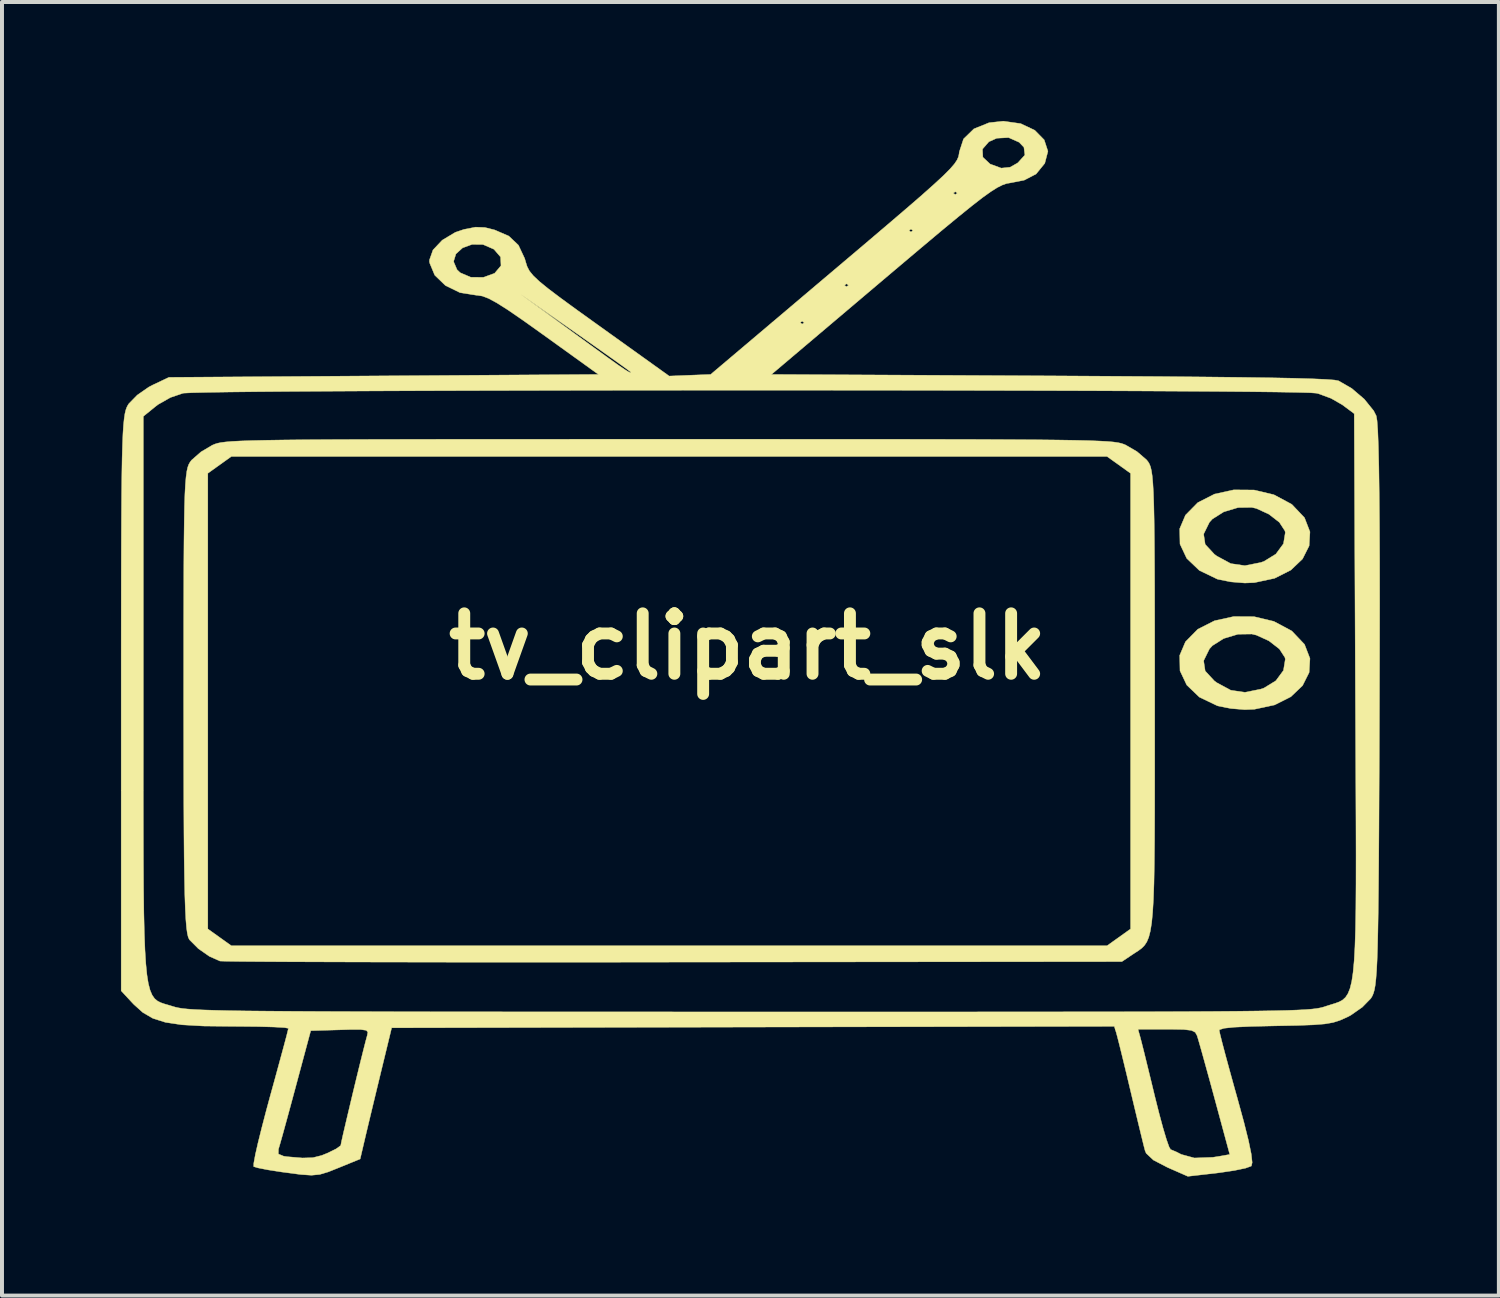
<source format=kicad_pcb>
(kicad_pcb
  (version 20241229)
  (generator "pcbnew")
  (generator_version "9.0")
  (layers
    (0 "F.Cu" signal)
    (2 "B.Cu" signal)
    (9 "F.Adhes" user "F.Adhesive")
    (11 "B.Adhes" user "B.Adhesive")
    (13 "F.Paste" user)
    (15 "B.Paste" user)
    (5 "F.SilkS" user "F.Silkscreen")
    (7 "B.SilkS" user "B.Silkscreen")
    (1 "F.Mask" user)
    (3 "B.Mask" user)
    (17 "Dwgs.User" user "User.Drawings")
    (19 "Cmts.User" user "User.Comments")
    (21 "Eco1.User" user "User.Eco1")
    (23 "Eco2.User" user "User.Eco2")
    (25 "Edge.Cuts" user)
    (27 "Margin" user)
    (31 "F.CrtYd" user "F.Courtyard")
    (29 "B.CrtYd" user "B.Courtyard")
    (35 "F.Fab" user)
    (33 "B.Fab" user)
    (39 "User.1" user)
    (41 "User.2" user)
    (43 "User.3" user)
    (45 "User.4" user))
  (footprint "tv_clipart_slk"
    (layer "F.Cu")
    (at 15.804 13.249)
    (property "Reference" "tv_clipart_slk" (at 0 0 0) (layer "F.SilkS") (effects (font (size 1.524 1.524) (thickness 0.3))))
    (attr through_hole)
    (fp_poly (pts (xy 12.766 -3.944) (xy 13.264 -3.826) (xy 13.707 -3.589) (xy 13.726 -3.574) (xy 14.038 -3.245) (xy 14.175 -2.89) (xy 14.154 -2.536) (xy 13.988 -2.206) (xy 13.693 -1.925) (xy 13.284 -1.718) (xy 12.775 -1.609) (xy 12.532 -1.599) (xy 12.18 -1.628) (xy 11.855 -1.693) (xy 11.836 -1.699) (xy 11.386 -1.916) (xy 11.068 -2.22) (xy 10.898 -2.581) (xy 10.893 -2.833) (xy 11.494 -2.833) (xy 11.533 -2.575) (xy 11.764 -2.325) (xy 11.826 -2.279) (xy 12.178 -2.089) (xy 12.535 -2.037) (xy 12.937 -2.117) (xy 13.018 -2.146) (xy 13.315 -2.329) (xy 13.507 -2.59) (xy 13.553 -2.87) (xy 13.544 -2.914) (xy 13.404 -3.129) (xy 13.14 -3.334) (xy 12.824 -3.479) (xy 12.709 -3.506) (xy 12.36 -3.501) (xy 12.001 -3.393) (xy 11.714 -3.212) (xy 11.64 -3.13) (xy 11.494 -2.833) (xy 10.893 -2.833) (xy 10.89 -2.967) (xy 11.036 -3.311) (xy 11.347 -3.627) (xy 11.767 -3.841) (xy 12.253 -3.948) (xy 12.766 -3.944)) (stroke (width 0.01) (type solid)) (fill yes) (layer "F.SilkS"))
    (fp_poly (pts (xy 12.766 -0.751) (xy 13.264 -0.632) (xy 13.707 -0.396) (xy 13.726 -0.381) (xy 14.038 -0.052) (xy 14.175 0.303) (xy 14.154 0.657) (xy 13.988 0.988) (xy 13.693 1.269) (xy 13.284 1.475) (xy 12.775 1.584) (xy 12.532 1.594) (xy 12.18 1.565) (xy 11.855 1.5) (xy 11.836 1.494) (xy 11.386 1.278) (xy 11.068 0.973) (xy 10.898 0.613) (xy 10.893 0.36) (xy 11.494 0.36) (xy 11.533 0.618) (xy 11.764 0.868) (xy 11.826 0.914) (xy 12.178 1.104) (xy 12.535 1.157) (xy 12.937 1.076) (xy 13.018 1.047) (xy 13.315 0.865) (xy 13.507 0.604) (xy 13.553 0.323) (xy 13.544 0.279) (xy 13.404 0.064) (xy 13.14 -0.141) (xy 12.824 -0.285) (xy 12.709 -0.313) (xy 12.36 -0.308) (xy 12.001 -0.2) (xy 11.714 -0.019) (xy 11.64 0.063) (xy 11.494 0.36) (xy 10.893 0.36) (xy 10.89 0.226) (xy 11.036 -0.118) (xy 11.347 -0.434) (xy 11.767 -0.647) (xy 12.253 -0.754) (xy 12.766 -0.751)) (stroke (width 0.01) (type solid)) (fill yes) (layer "F.SilkS"))
    (fp_poly (pts (xy -0.234 -5.225) (xy 1.321 -5.224) (xy 2.696 -5.224) (xy 3.902 -5.223) (xy 4.951 -5.221) (xy 5.855 -5.219) (xy 6.624 -5.215) (xy 7.271 -5.211) (xy 7.807 -5.205) (xy 8.244 -5.198) (xy 8.592 -5.19) (xy 8.864 -5.179) (xy 9.071 -5.168) (xy 9.225 -5.154) (xy 9.337 -5.138) (xy 9.418 -5.12) (xy 9.48 -5.099) (xy 9.526 -5.08) (xy 9.813 -4.913) (xy 10.052 -4.708) (xy 10.059 -4.7) (xy 10.096 -4.653) (xy 10.127 -4.6) (xy 10.155 -4.529) (xy 10.178 -4.431) (xy 10.198 -4.296) (xy 10.214 -4.114) (xy 10.228 -3.877) (xy 10.238 -3.574) (xy 10.246 -3.195) (xy 10.252 -2.73) (xy 10.256 -2.17) (xy 10.259 -1.506) (xy 10.26 -0.727) (xy 10.261 0.177) (xy 10.261 1.214) (xy 10.261 1.364) (xy 10.261 2.439) (xy 10.261 3.378) (xy 10.26 4.191) (xy 10.257 4.888) (xy 10.251 5.479) (xy 10.242 5.973) (xy 10.228 6.38) (xy 10.208 6.71) (xy 10.183 6.972) (xy 10.15 7.176) (xy 10.11 7.332) (xy 10.061 7.45) (xy 10.002 7.538) (xy 9.933 7.608) (xy 9.853 7.668) (xy 9.76 7.728) (xy 9.704 7.765) (xy 9.432 7.947) (xy -1.862 7.959) (xy -3.362 7.961) (xy -4.807 7.961) (xy -6.182 7.961) (xy -7.476 7.961) (xy -8.675 7.959) (xy -9.765 7.957) (xy -10.734 7.954) (xy -11.569 7.951) (xy -12.256 7.947) (xy -12.782 7.943) (xy -13.134 7.938) (xy -13.299 7.933) (xy -13.31 7.932) (xy -13.575 7.814) (xy -13.854 7.619) (xy -14.072 7.4) (xy -14.081 7.388) (xy -14.108 7.332) (xy -14.131 7.236) (xy -14.151 7.09) (xy -14.168 6.887) (xy -14.182 6.616) (xy -14.194 6.268) (xy -14.203 5.836) (xy -14.211 5.309) (xy -14.216 4.679) (xy -14.22 3.936) (xy -14.222 3.073) (xy -14.223 2.079) (xy -14.224 1.364) (xy -14.223 0.308) (xy -14.223 -0.613) (xy -14.221 -1.408) (xy -14.219 -2.088) (xy -14.215 -2.661) (xy -14.209 -3.137) (xy -14.202 -3.527) (xy -14.192 -3.84) (xy -14.179 -4.086) (xy -14.163 -4.274) (xy -14.15 -4.365) (xy -13.614 -4.365) (xy -13.614 7.123) (xy -13.317 7.335) (xy -13.02 7.547) (xy 9.058 7.547) (xy 9.652 7.123) (xy 9.652 -4.365) (xy 9.355 -4.578) (xy 9.058 -4.79) (xy -13.02 -4.79) (xy -13.317 -4.578) (xy -13.614 -4.365) (xy -14.15 -4.365) (xy -14.144 -4.415) (xy -14.121 -4.517) (xy -14.094 -4.591) (xy -14.062 -4.647) (xy -14.027 -4.694) (xy -14.021 -4.7) (xy -13.787 -4.905) (xy -13.5 -5.075) (xy -13.488 -5.08) (xy -13.433 -5.103) (xy -13.368 -5.123) (xy -13.282 -5.141) (xy -13.164 -5.156) (xy -13.002 -5.17) (xy -12.785 -5.181) (xy -12.5 -5.191) (xy -12.138 -5.199) (xy -11.685 -5.206) (xy -11.131 -5.212) (xy -10.463 -5.216) (xy -9.672 -5.219) (xy -8.744 -5.221) (xy -7.668 -5.223) (xy -6.434 -5.224) (xy -5.029 -5.224) (xy -3.441 -5.225) (xy -1.981 -5.225) (xy -0.234 -5.225)) (stroke (width 0.01) (type solid)) (fill yes) (layer "F.SilkS"))
    (fp_poly (pts (xy 6.883 -13.182) (xy 7.236 -13.015) (xy 7.474 -12.773) (xy 7.568 -12.485) (xy 7.489 -12.182) (xy 7.488 -12.18) (xy 7.27 -11.912) (xy 6.969 -11.756) (xy 6.626 -11.689) (xy 6.527 -11.672) (xy 6.42 -11.635) (xy 6.291 -11.57) (xy 6.128 -11.467) (xy 5.917 -11.316) (xy 5.647 -11.106) (xy 5.303 -10.828) (xy 4.872 -10.472) (xy 4.343 -10.028) (xy 3.701 -9.486) (xy 3.424 -9.252) (xy 0.596 -6.858) (xy 7.638 -6.822) (xy 9.11 -6.813) (xy 10.388 -6.805) (xy 11.484 -6.795) (xy 12.407 -6.785) (xy 13.168 -6.774) (xy 13.777 -6.762) (xy 14.243 -6.748) (xy 14.579 -6.733) (xy 14.792 -6.717) (xy 14.895 -6.698) (xy 14.896 -6.697) (xy 15.228 -6.506) (xy 15.545 -6.235) (xy 15.781 -5.943) (xy 15.847 -5.813) (xy 15.867 -5.69) (xy 15.885 -5.436) (xy 15.9 -5.049) (xy 15.912 -4.529) (xy 15.921 -3.872) (xy 15.928 -3.078) (xy 15.932 -2.145) (xy 15.933 -1.071) (xy 15.931 0.144) (xy 15.927 1.503) (xy 15.927 1.536) (xy 15.923 2.707) (xy 15.918 3.742) (xy 15.914 4.649) (xy 15.909 5.438) (xy 15.903 6.117) (xy 15.896 6.695) (xy 15.888 7.18) (xy 15.879 7.583) (xy 15.868 7.91) (xy 15.855 8.173) (xy 15.839 8.378) (xy 15.822 8.535) (xy 15.801 8.653) (xy 15.777 8.74) (xy 15.75 8.807) (xy 15.719 8.86) (xy 15.707 8.878) (xy 15.495 9.095) (xy 15.203 9.299) (xy 15.105 9.35) (xy 14.929 9.428) (xy 14.758 9.482) (xy 14.55 9.518) (xy 14.264 9.541) (xy 13.858 9.556) (xy 13.292 9.567) (xy 12.688 9.581) (xy 12.268 9.6) (xy 12.01 9.627) (xy 11.897 9.663) (xy 11.887 9.68) (xy 11.907 9.775) (xy 11.961 9.99) (xy 12.044 10.304) (xy 12.151 10.697) (xy 12.275 11.146) (xy 12.344 11.391) (xy 12.509 11.995) (xy 12.626 12.464) (xy 12.695 12.801) (xy 12.718 13.012) (xy 12.698 13.101) (xy 12.553 13.154) (xy 12.266 13.214) (xy 11.894 13.269) (xy 11.846 13.275) (xy 11.096 13.361) (xy 10.584 13.136) (xy 10.228 12.951) (xy 10.046 12.78) (xy 10.018 12.715) (xy 9.983 12.582) (xy 9.922 12.332) (xy 9.84 11.994) (xy 9.744 11.594) (xy 9.653 11.212) (xy 9.551 10.783) (xy 9.457 10.395) (xy 9.378 10.074) (xy 9.32 9.846) (xy 9.292 9.742) (xy 9.264 9.652) (xy 9.839 9.652) (xy 9.895 9.852) (xy 9.93 9.986) (xy 9.993 10.236) (xy 10.076 10.575) (xy 10.174 10.976) (xy 10.266 11.357) (xy 10.371 11.774) (xy 10.469 12.138) (xy 10.555 12.426) (xy 10.622 12.616) (xy 10.661 12.684) (xy 10.798 12.741) (xy 10.933 12.809) (xy 11.261 12.898) (xy 11.726 12.881) (xy 11.893 12.855) (xy 12.153 12.809) (xy 11.77 11.394) (xy 11.649 10.949) (xy 11.537 10.544) (xy 11.443 10.205) (xy 11.372 9.956) (xy 11.332 9.822) (xy 11.33 9.815) (xy 11.283 9.73) (xy 11.186 9.681) (xy 10.989 9.658) (xy 10.646 9.652) (xy 10.556 9.652) (xy 9.839 9.652) (xy 9.264 9.652) (xy 9.241 9.579) (xy 0.131 9.597) (xy -8.979 9.616) (xy -9.252 10.741) (xy -9.358 11.179) (xy -9.463 11.615) (xy -9.557 12.007) (xy -9.63 12.313) (xy -9.649 12.394) (xy -9.773 12.923) (xy -10.297 13.137) (xy -10.577 13.249) (xy -10.791 13.313) (xy -11 13.333) (xy -11.269 13.315) (xy -11.661 13.263) (xy -11.76 13.25) (xy -12.099 13.197) (xy -12.353 13.147) (xy -12.458 13.115) (xy -12.456 13.034) (xy -12.419 12.831) (xy -12.412 12.797) (xy -11.836 12.797) (xy -11.7 12.853) (xy -11.608 12.866) (xy -11.228 12.898) (xy -10.966 12.89) (xy -10.743 12.834) (xy -10.592 12.773) (xy -10.379 12.668) (xy -10.267 12.588) (xy -10.262 12.577) (xy -10.245 12.49) (xy -10.2 12.288) (xy -10.132 11.998) (xy -10.049 11.647) (xy -9.958 11.264) (xy -9.864 10.875) (xy -9.774 10.508) (xy -9.695 10.191) (xy -9.634 9.951) (xy -9.597 9.816) (xy -9.596 9.812) (xy -9.579 9.727) (xy -9.62 9.679) (xy -9.761 9.659) (xy -10.041 9.66) (xy -10.282 9.667) (xy -11.019 9.688) (xy -11.399 11.103) (xy -11.519 11.548) (xy -11.629 11.952) (xy -11.722 12.29) (xy -11.792 12.538) (xy -11.831 12.67) (xy -11.833 12.677) (xy -11.836 12.797) (xy -12.412 12.797) (xy -12.351 12.527) (xy -12.255 12.14) (xy -12.138 11.692) (xy -12.052 11.374) (xy -11.92 10.896) (xy -11.803 10.466) (xy -11.705 10.105) (xy -11.632 9.832) (xy -11.591 9.667) (xy -11.582 9.629) (xy -11.678 9.611) (xy -11.94 9.596) (xy -12.333 9.585) (xy -12.821 9.58) (xy -13.009 9.579) (xy -13.722 9.571) (xy -14.268 9.54) (xy -14.682 9.478) (xy -14.998 9.378) (xy -15.253 9.23) (xy -15.48 9.026) (xy -15.519 8.985) (xy -15.799 8.683) (xy -15.799 3.626) (xy -15.241 3.626) (xy -15.24 4.568) (xy -15.238 5.39) (xy -15.234 6.101) (xy -15.227 6.709) (xy -15.215 7.222) (xy -15.199 7.649) (xy -15.177 7.999) (xy -15.149 8.28) (xy -15.114 8.499) (xy -15.07 8.667) (xy -15.018 8.79) (xy -14.956 8.879) (xy -14.883 8.94) (xy -14.799 8.982) (xy -14.703 9.015) (xy -14.595 9.046) (xy -14.497 9.076) (xy -14.432 9.095) (xy -14.356 9.112) (xy -14.258 9.128) (xy -14.128 9.142) (xy -13.957 9.154) (xy -13.733 9.165) (xy -13.446 9.174) (xy -13.086 9.183) (xy -12.644 9.19) (xy -12.108 9.195) (xy -11.468 9.2) (xy -10.714 9.204) (xy -9.837 9.207) (xy -8.825 9.21) (xy -7.668 9.212) (xy -6.357 9.213) (xy -4.88 9.214) (xy -3.228 9.214) (xy -1.391 9.215) (xy 0.044 9.215) (xy 2.019 9.215) (xy 3.801 9.215) (xy 5.4 9.215) (xy 6.827 9.214) (xy 8.092 9.213) (xy 9.204 9.212) (xy 10.175 9.21) (xy 11.015 9.207) (xy 11.733 9.203) (xy 12.341 9.198) (xy 12.848 9.192) (xy 13.264 9.185) (xy 13.601 9.177) (xy 13.867 9.167) (xy 14.074 9.156) (xy 14.231 9.143) (xy 14.35 9.128) (xy 14.439 9.112) (xy 14.51 9.094) (xy 14.573 9.074) (xy 14.583 9.07) (xy 14.707 9.031) (xy 14.817 8.997) (xy 14.914 8.961) (xy 14.998 8.914) (xy 15.071 8.848) (xy 15.133 8.753) (xy 15.185 8.623) (xy 15.228 8.448) (xy 15.262 8.22) (xy 15.289 7.93) (xy 15.309 7.57) (xy 15.323 7.132) (xy 15.332 6.606) (xy 15.336 5.986) (xy 15.337 5.261) (xy 15.335 4.425) (xy 15.331 3.467) (xy 15.326 2.381) (xy 15.321 1.293) (xy 15.291 -5.869) (xy 14.992 -6.092) (xy 14.706 -6.256) (xy 14.387 -6.374) (xy 14.331 -6.386) (xy 14.179 -6.397) (xy 13.837 -6.406) (xy 13.321 -6.415) (xy 12.645 -6.423) (xy 11.824 -6.43) (xy 10.871 -6.436) (xy 9.801 -6.442) (xy 8.628 -6.447) (xy 7.367 -6.451) (xy 6.033 -6.454) (xy 4.639 -6.457) (xy 3.2 -6.459) (xy 1.73 -6.46) (xy 0.244 -6.46) (xy -1.244 -6.46) (xy -2.719 -6.459) (xy -4.168 -6.457) (xy -5.575 -6.454) (xy -6.927 -6.451) (xy -8.209 -6.447) (xy -9.406 -6.442) (xy -10.505 -6.436) (xy -11.491 -6.43) (xy -12.349 -6.423) (xy -13.065 -6.415) (xy -13.625 -6.406) (xy -14.015 -6.397) (xy -14.22 -6.387) (xy -14.241 -6.384) (xy -14.556 -6.277) (xy -14.865 -6.102) (xy -14.927 -6.055) (xy -15.24 -5.801) (xy -15.24 1.349) (xy -15.24 2.556) (xy -15.241 3.626) (xy -15.799 3.626) (xy -15.799 1.42) (xy -15.799 0.232) (xy -15.798 -0.819) (xy -15.797 -1.743) (xy -15.795 -2.548) (xy -15.792 -3.243) (xy -15.788 -3.836) (xy -15.782 -4.336) (xy -15.775 -4.752) (xy -15.765 -5.092) (xy -15.754 -5.365) (xy -15.74 -5.58) (xy -15.723 -5.746) (xy -15.704 -5.871) (xy -15.682 -5.963) (xy -15.656 -6.033) (xy -15.627 -6.088) (xy -15.605 -6.121) (xy -15.394 -6.337) (xy -15.101 -6.541) (xy -15.003 -6.592) (xy -14.595 -6.785) (xy -9.18 -6.822) (xy -3.765 -6.858) (xy -5.152 -7.856) (xy -5.651 -8.212) (xy -6.033 -8.475) (xy -6.319 -8.657) (xy -6.532 -8.773) (xy -6.692 -8.834) (xy -6.822 -8.854) (xy -6.835 -8.854) (xy -7.063 -8.89) (xy -5.74 -8.89) (xy -4.37 -7.892) (xy -3.884 -7.539) (xy -3.522 -7.277) (xy -3.266 -7.094) (xy -3.098 -6.98) (xy -3.001 -6.92) (xy -2.956 -6.903) (xy -2.946 -6.913) (xy -3.015 -6.968) (xy -3.208 -7.108) (xy -3.501 -7.317) (xy -3.873 -7.58) (xy -4.301 -7.882) (xy -4.343 -7.911) (xy -5.74 -8.89) (xy -7.063 -8.89) (xy -7.257 -8.921) (xy -7.624 -9.101) (xy -7.893 -9.361) (xy -8.021 -9.669) (xy -8.024 -9.705) (xy -7.418 -9.705) (xy -7.331 -9.5) (xy -7.249 -9.422) (xy -6.984 -9.309) (xy -6.666 -9.306) (xy -6.383 -9.409) (xy -6.222 -9.6) (xy -6.233 -9.82) (xy -6.401 -10.015) (xy -6.675 -10.134) (xy -6.951 -10.137) (xy -7.191 -10.049) (xy -7.359 -9.896) (xy -7.418 -9.705) (xy -8.024 -9.705) (xy -8.026 -9.743) (xy -7.937 -9.996) (xy -7.703 -10.244) (xy -7.374 -10.441) (xy -7.159 -10.514) (xy -6.863 -10.572) (xy -6.627 -10.563) (xy -6.383 -10.502) (xy -6.025 -10.347) (xy -5.782 -10.117) (xy -5.625 -9.782) (xy -5.599 -9.692) (xy -5.562 -9.576) (xy -5.505 -9.467) (xy -5.408 -9.348) (xy -5.256 -9.204) (xy -5.029 -9.019) (xy -4.71 -8.778) (xy -4.282 -8.466) (xy -3.744 -8.08) (xy -1.981 -6.817) (xy -1.459 -6.838) (xy -0.936 -6.858) (xy 0.608 -8.164) (xy 1.321 -8.164) (xy 1.372 -8.128) (xy 1.422 -8.164) (xy 1.372 -8.201) (xy 1.321 -8.164) (xy 0.608 -8.164) (xy 1.723 -9.108) (xy 2.438 -9.108) (xy 2.489 -9.071) (xy 2.54 -9.108) (xy 2.489 -9.144) (xy 2.438 -9.108) (xy 1.723 -9.108) (xy 2.189 -9.502) (xy 2.911 -10.113) (xy 3.351 -10.487) (xy 4.064 -10.487) (xy 4.115 -10.45) (xy 4.166 -10.487) (xy 4.115 -10.523) (xy 4.064 -10.487) (xy 3.351 -10.487) (xy 3.512 -10.624) (xy 4.004 -11.045) (xy 4.398 -11.386) (xy 4.447 -11.43) (xy 5.182 -11.43) (xy 5.232 -11.394) (xy 5.283 -11.43) (xy 5.232 -11.466) (xy 5.182 -11.43) (xy 4.447 -11.43) (xy 4.704 -11.659) (xy 4.935 -11.873) (xy 5.1 -12.039) (xy 5.211 -12.167) (xy 5.278 -12.267) (xy 5.314 -12.351) (xy 5.329 -12.428) (xy 5.332 -12.463) (xy 5.356 -12.539) (xy 5.917 -12.539) (xy 5.928 -12.335) (xy 6.11 -12.164) (xy 6.119 -12.16) (xy 6.391 -12.06) (xy 6.615 -12.083) (xy 6.807 -12.192) (xy 6.987 -12.39) (xy 6.963 -12.585) (xy 6.842 -12.712) (xy 6.576 -12.83) (xy 6.278 -12.814) (xy 6.079 -12.725) (xy 5.917 -12.539) (xy 5.356 -12.539) (xy 5.44 -12.796) (xy 5.701 -13.05) (xy 6.084 -13.205) (xy 6.445 -13.244) (xy 6.883 -13.182)) (stroke (width 0.01) (type solid)) (fill yes) (layer "F.SilkS")))
  (gr_rect
    (start -3 -3)
    (end 34.742 29.616)
    (stroke (width 0.1) (type default))
    (fill no)
    (layer "Edge.Cuts")))
</source>
